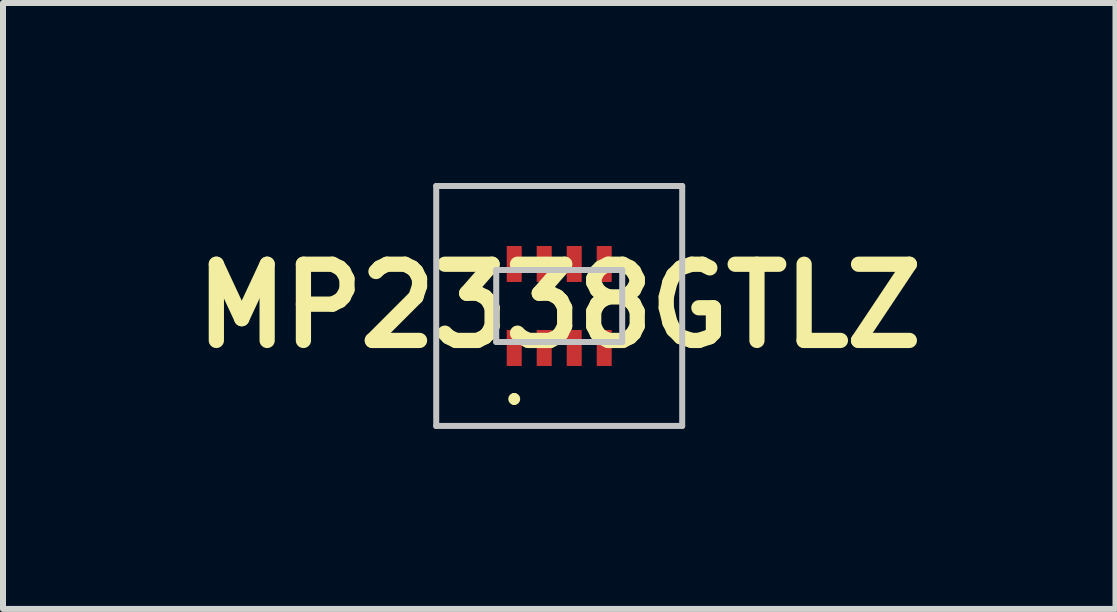
<source format=kicad_pcb>
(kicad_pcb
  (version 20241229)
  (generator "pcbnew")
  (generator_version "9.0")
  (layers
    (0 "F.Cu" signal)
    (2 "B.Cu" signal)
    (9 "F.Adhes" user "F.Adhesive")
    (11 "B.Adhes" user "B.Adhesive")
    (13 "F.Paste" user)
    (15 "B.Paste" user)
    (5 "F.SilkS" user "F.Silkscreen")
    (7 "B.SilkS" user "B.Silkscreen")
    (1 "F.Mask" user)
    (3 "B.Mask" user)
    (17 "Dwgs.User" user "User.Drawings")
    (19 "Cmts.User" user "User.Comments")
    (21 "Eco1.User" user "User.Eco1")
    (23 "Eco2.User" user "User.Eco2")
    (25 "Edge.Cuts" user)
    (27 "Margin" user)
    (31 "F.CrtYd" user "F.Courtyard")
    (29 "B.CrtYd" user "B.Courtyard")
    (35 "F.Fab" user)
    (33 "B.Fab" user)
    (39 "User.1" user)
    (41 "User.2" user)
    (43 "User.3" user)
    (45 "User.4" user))
  (footprint "MP2338GTLZ"
    (layer "F.Cu")
    (at 6.271 2.05)
    (property "Reference" "MP2338GTLZ" (at 0 0 0) (layer "F.SilkS") (effects (font (size 1.27 1.27) (thickness 0.254))))
    (attr smd)
    (fp_line (start -0.75 1.5) (end -0.75 1.5) (stroke (width 0.1) (type solid)) (layer "F.SilkS"))
    (fp_line (start -0.75 1.6) (end -0.75 1.6) (stroke (width 0.1) (type solid)) (layer "F.SilkS"))
    (fp_arc (start -0.75 1.5) (mid -0.7 1.55) (end -0.75 1.6) (stroke (width 0.1) (type solid)) (layer "F.SilkS"))
    (fp_arc (start -0.75 1.6) (mid -0.8 1.55) (end -0.75 1.5) (stroke (width 0.1) (type solid)) (layer "F.SilkS"))
    (fp_line (start -2.05 -2) (end 2.05 -2) (stroke (width 0.1) (type solid)) (layer "Dwgs.User"))
    (fp_line (start -2.05 2) (end -2.05 -2) (stroke (width 0.1) (type solid)) (layer "Dwgs.User"))
    (fp_line (start -1.05 -0.6) (end -1.05 0.6) (stroke (width 0.1) (type solid)) (layer "Dwgs.User"))
    (fp_line (start -1.05 0.6) (end 1.05 0.6) (stroke (width 0.1) (type solid)) (layer "Dwgs.User"))
    (fp_line (start 1.05 -0.6) (end -1.05 -0.6) (stroke (width 0.1) (type solid)) (layer "Dwgs.User"))
    (fp_line (start 1.05 0.6) (end 1.05 -0.6) (stroke (width 0.1) (type solid)) (layer "Dwgs.User"))
    (fp_line (start 2.05 -2) (end 2.05 2) (stroke (width 0.1) (type solid)) (layer "Dwgs.User"))
    (fp_line (start 2.05 2) (end -2.05 2) (stroke (width 0.1) (type solid)) (layer "Dwgs.User"))
    (pad "1" smd rect (at -0.75 0.7) (size 0.25 0.6) (layers "F.Cu" "F.Mask" "F.Paste"))
    (pad "2" smd rect (at -0.25 0.7) (size 0.25 0.6) (layers "F.Cu" "F.Mask" "F.Paste"))
    (pad "3" smd rect (at 0.25 0.7) (size 0.25 0.6) (layers "F.Cu" "F.Mask" "F.Paste"))
    (pad "4" smd rect (at 0.75 0.7) (size 0.25 0.6) (layers "F.Cu" "F.Mask" "F.Paste"))
    (pad "5" smd rect (at 0.75 -0.7) (size 0.25 0.6) (layers "F.Cu" "F.Mask" "F.Paste"))
    (pad "6" smd rect (at 0.25 -0.7) (size 0.25 0.6) (layers "F.Cu" "F.Mask" "F.Paste"))
    (pad "7" smd rect (at -0.25 -0.7) (size 0.25 0.6) (layers "F.Cu" "F.Mask" "F.Paste"))
    (pad "8" smd rect (at -0.75 -0.7) (size 0.25 0.6) (layers "F.Cu" "F.Mask" "F.Paste")))
  (gr_rect
    (start -3 -3)
    (end 15.543 7.1)
    (stroke (width 0.1) (type default))
    (fill no)
    (layer "Edge.Cuts")))
</source>
